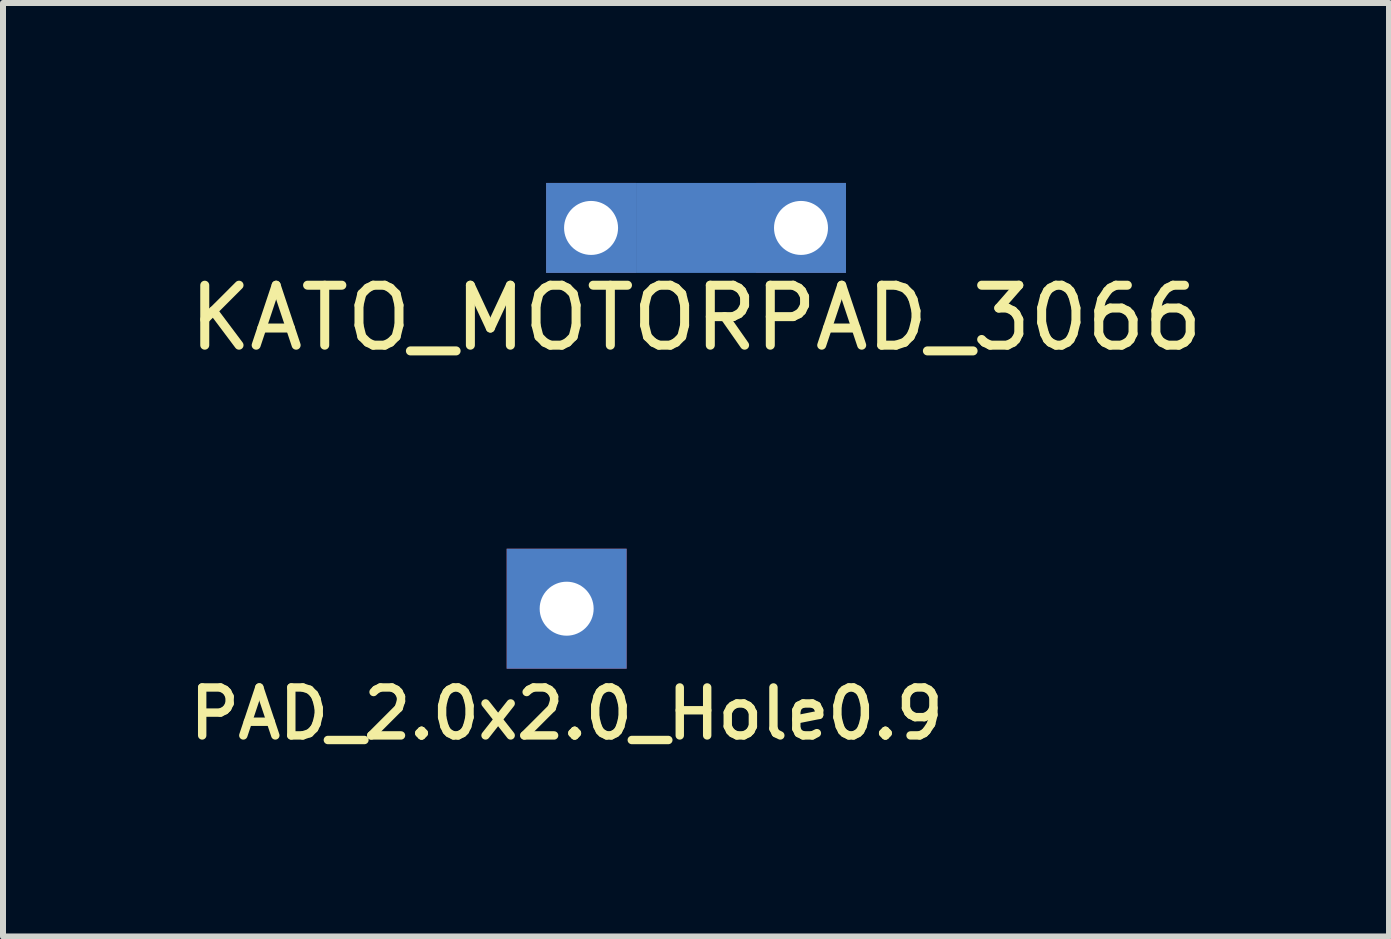
<source format=kicad_pcb>
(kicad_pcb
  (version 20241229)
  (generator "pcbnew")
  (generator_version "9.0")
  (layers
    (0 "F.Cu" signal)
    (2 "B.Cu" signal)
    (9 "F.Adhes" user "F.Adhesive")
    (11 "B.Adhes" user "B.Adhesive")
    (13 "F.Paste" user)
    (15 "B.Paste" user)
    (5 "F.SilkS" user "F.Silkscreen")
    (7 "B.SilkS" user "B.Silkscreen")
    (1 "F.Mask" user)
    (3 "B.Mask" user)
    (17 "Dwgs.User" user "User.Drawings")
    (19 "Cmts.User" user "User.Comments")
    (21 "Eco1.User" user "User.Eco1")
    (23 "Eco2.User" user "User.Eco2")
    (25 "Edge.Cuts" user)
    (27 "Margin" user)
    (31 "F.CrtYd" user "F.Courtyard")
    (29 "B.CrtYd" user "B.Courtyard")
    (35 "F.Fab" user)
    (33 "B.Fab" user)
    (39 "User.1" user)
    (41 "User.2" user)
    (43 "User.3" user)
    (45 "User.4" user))
  (footprint "PAD_2.0x2.0_Hole0.9"
    (layer "F.Cu")
    (at 6.397 7.098)
    (property "Reference" "PAD_2.0x2.0_Hole0.9" (at 0 1.75 0) (layer "F.SilkS") (effects (font (size 0.8 0.8) (thickness 0.14))))
    (attr through_hole)
    (pad "1" thru_hole rect (at 0 0) (size 2 2) (drill 0.9) (layers "*.Cu" "*.Mask")))
  (footprint "KATO_MOTORPAD_3066"
    (layer "F.Cu")
    (at 8.554 0.75)
    (property "Reference" "KATO_MOTORPAD_3066" (at 0 1.5 0) (layer "F.SilkS") (effects (font (size 1 1) (thickness 0.15))))
    (attr through_hole)
    (pad "1" thru_hole rect (at -1.75 0) (size 1.5 1.5) (drill 0.9) (layers "*.Cu" "*.Mask"))
    (pad "1" smd rect (at 0 0) (size 2 1.5) (layers "B.Cu" "B.Mask" "B.Paste"))
    (pad "1" thru_hole rect (at 1.75 0) (size 1.5 1.5) (drill 0.9) (layers "*.Cu" "*.Mask")))
  (gr_rect
    (start -3 -3)
    (end 20.107 12.562)
    (stroke (width 0.1) (type default))
    (fill no)
    (layer "Edge.Cuts")))
</source>
